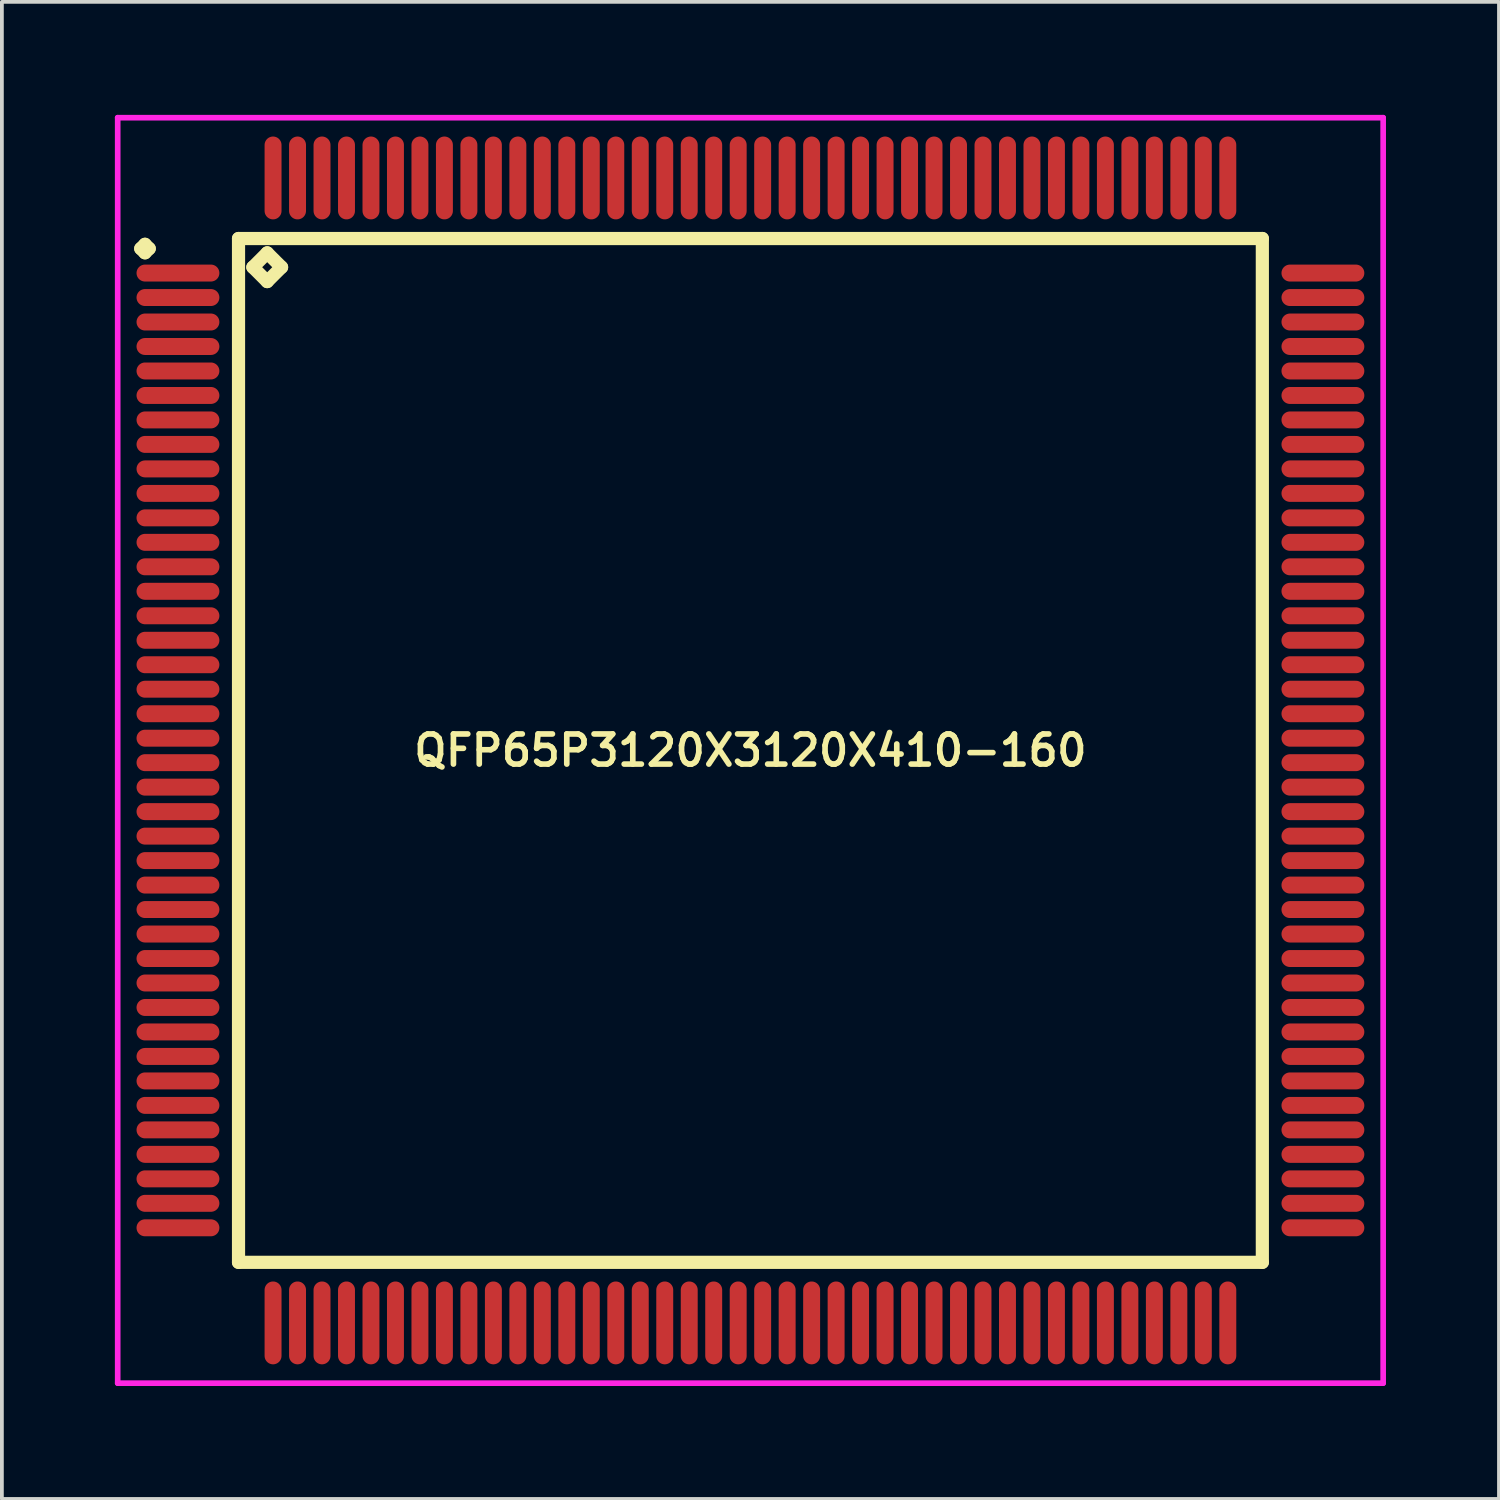
<source format=kicad_pcb>
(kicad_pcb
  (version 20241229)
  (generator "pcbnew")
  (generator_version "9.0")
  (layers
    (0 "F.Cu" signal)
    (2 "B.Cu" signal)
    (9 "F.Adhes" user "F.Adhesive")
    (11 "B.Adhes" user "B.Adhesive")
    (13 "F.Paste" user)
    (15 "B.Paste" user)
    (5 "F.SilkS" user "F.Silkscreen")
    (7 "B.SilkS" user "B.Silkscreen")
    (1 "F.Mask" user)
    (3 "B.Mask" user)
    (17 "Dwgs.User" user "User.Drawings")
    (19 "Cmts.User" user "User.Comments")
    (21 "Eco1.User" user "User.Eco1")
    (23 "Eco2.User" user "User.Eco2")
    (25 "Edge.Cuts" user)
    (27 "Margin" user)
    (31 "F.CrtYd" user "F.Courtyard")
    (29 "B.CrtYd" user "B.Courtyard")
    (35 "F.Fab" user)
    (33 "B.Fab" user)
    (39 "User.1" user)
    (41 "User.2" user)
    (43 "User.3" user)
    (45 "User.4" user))
  (footprint "QFP65P3120X3120X410-160"
    (layer "F.Cu")
    (at 16.875 16.875)
    (property "Reference" "QFP65P3120X3120X410-160" (at 0 0 0) (layer "F.SilkS") (effects (font (size 0.8 0.8) (thickness 0.15))))
    (attr smd)
    (fp_line (start -16.188 -13.325) (end -16.075 -13.438) (stroke (width 0.35) (type solid)) (layer "F.SilkS"))
    (fp_line (start -16.075 -13.438) (end -15.963 -13.325) (stroke (width 0.35) (type solid)) (layer "F.SilkS"))
    (fp_line (start -16.075 -13.213) (end -16.188 -13.325) (stroke (width 0.35) (type solid)) (layer "F.SilkS"))
    (fp_line (start -15.963 -13.325) (end -16.075 -13.213) (stroke (width 0.35) (type solid)) (layer "F.SilkS"))
    (fp_line (start -13.592 -13.592) (end -13.592 13.592) (stroke (width 0.35) (type solid)) (layer "F.SilkS"))
    (fp_line (start -13.592 13.592) (end 13.592 13.592) (stroke (width 0.35) (type solid)) (layer "F.SilkS"))
    (fp_line (start -13.211 -12.83) (end -12.83 -13.211) (stroke (width 0.35) (type solid)) (layer "F.SilkS"))
    (fp_line (start -12.83 -13.211) (end -12.449 -12.83) (stroke (width 0.35) (type solid)) (layer "F.SilkS"))
    (fp_line (start -12.83 -12.449) (end -13.211 -12.83) (stroke (width 0.35) (type solid)) (layer "F.SilkS"))
    (fp_line (start -12.449 -12.83) (end -12.83 -12.449) (stroke (width 0.35) (type solid)) (layer "F.SilkS"))
    (fp_line (start 13.592 -13.592) (end -13.592 -13.592) (stroke (width 0.35) (type solid)) (layer "F.SilkS"))
    (fp_line (start 13.592 13.592) (end 13.592 -13.592) (stroke (width 0.35) (type solid)) (layer "F.SilkS"))
    (fp_line (start -16.8 -16.8) (end 16.8 -16.8) (stroke (width 0.15) (type solid)) (layer "F.CrtYd"))
    (fp_line (start -16.8 16.8) (end -16.8 -16.8) (stroke (width 0.15) (type solid)) (layer "F.CrtYd"))
    (fp_line (start 16.8 -16.8) (end 16.8 16.8) (stroke (width 0.15) (type solid)) (layer "F.CrtYd"))
    (fp_line (start 16.8 16.8) (end -16.8 16.8) (stroke (width 0.15) (type solid)) (layer "F.CrtYd"))
    (pad "1" smd oval (at -15.2 -12.675) (size 2.2 0.45) (layers "F.Cu" "F.Mask" "F.Paste"))
    (pad "2" smd oval (at -15.2 -12.025) (size 2.2 0.45) (layers "F.Cu" "F.Mask" "F.Paste"))
    (pad "3" smd oval (at -15.2 -11.375) (size 2.2 0.45) (layers "F.Cu" "F.Mask" "F.Paste"))
    (pad "4" smd oval (at -15.2 -10.725) (size 2.2 0.45) (layers "F.Cu" "F.Mask" "F.Paste"))
    (pad "5" smd oval (at -15.2 -10.075) (size 2.2 0.45) (layers "F.Cu" "F.Mask" "F.Paste"))
    (pad "6" smd oval (at -15.2 -9.425) (size 2.2 0.45) (layers "F.Cu" "F.Mask" "F.Paste"))
    (pad "7" smd oval (at -15.2 -8.775) (size 2.2 0.45) (layers "F.Cu" "F.Mask" "F.Paste"))
    (pad "8" smd oval (at -15.2 -8.125) (size 2.2 0.45) (layers "F.Cu" "F.Mask" "F.Paste"))
    (pad "9" smd oval (at -15.2 -7.475) (size 2.2 0.45) (layers "F.Cu" "F.Mask" "F.Paste"))
    (pad "10" smd oval (at -15.2 -6.825) (size 2.2 0.45) (layers "F.Cu" "F.Mask" "F.Paste"))
    (pad "11" smd oval (at -15.2 -6.175) (size 2.2 0.45) (layers "F.Cu" "F.Mask" "F.Paste"))
    (pad "12" smd oval (at -15.2 -5.525) (size 2.2 0.45) (layers "F.Cu" "F.Mask" "F.Paste"))
    (pad "13" smd oval (at -15.2 -4.875) (size 2.2 0.45) (layers "F.Cu" "F.Mask" "F.Paste"))
    (pad "14" smd oval (at -15.2 -4.225) (size 2.2 0.45) (layers "F.Cu" "F.Mask" "F.Paste"))
    (pad "15" smd oval (at -15.2 -3.575) (size 2.2 0.45) (layers "F.Cu" "F.Mask" "F.Paste"))
    (pad "16" smd oval (at -15.2 -2.925) (size 2.2 0.45) (layers "F.Cu" "F.Mask" "F.Paste"))
    (pad "17" smd oval (at -15.2 -2.275) (size 2.2 0.45) (layers "F.Cu" "F.Mask" "F.Paste"))
    (pad "18" smd oval (at -15.2 -1.625) (size 2.2 0.45) (layers "F.Cu" "F.Mask" "F.Paste"))
    (pad "19" smd oval (at -15.2 -0.975) (size 2.2 0.45) (layers "F.Cu" "F.Mask" "F.Paste"))
    (pad "20" smd oval (at -15.2 -0.325) (size 2.2 0.45) (layers "F.Cu" "F.Mask" "F.Paste"))
    (pad "21" smd oval (at -15.2 0.325) (size 2.2 0.45) (layers "F.Cu" "F.Mask" "F.Paste"))
    (pad "22" smd oval (at -15.2 0.975) (size 2.2 0.45) (layers "F.Cu" "F.Mask" "F.Paste"))
    (pad "23" smd oval (at -15.2 1.625) (size 2.2 0.45) (layers "F.Cu" "F.Mask" "F.Paste"))
    (pad "24" smd oval (at -15.2 2.275) (size 2.2 0.45) (layers "F.Cu" "F.Mask" "F.Paste"))
    (pad "25" smd oval (at -15.2 2.925) (size 2.2 0.45) (layers "F.Cu" "F.Mask" "F.Paste"))
    (pad "26" smd oval (at -15.2 3.575) (size 2.2 0.45) (layers "F.Cu" "F.Mask" "F.Paste"))
    (pad "27" smd oval (at -15.2 4.225) (size 2.2 0.45) (layers "F.Cu" "F.Mask" "F.Paste"))
    (pad "28" smd oval (at -15.2 4.875) (size 2.2 0.45) (layers "F.Cu" "F.Mask" "F.Paste"))
    (pad "29" smd oval (at -15.2 5.525) (size 2.2 0.45) (layers "F.Cu" "F.Mask" "F.Paste"))
    (pad "30" smd oval (at -15.2 6.175) (size 2.2 0.45) (layers "F.Cu" "F.Mask" "F.Paste"))
    (pad "31" smd oval (at -15.2 6.825) (size 2.2 0.45) (layers "F.Cu" "F.Mask" "F.Paste"))
    (pad "32" smd oval (at -15.2 7.475) (size 2.2 0.45) (layers "F.Cu" "F.Mask" "F.Paste"))
    (pad "33" smd oval (at -15.2 8.125) (size 2.2 0.45) (layers "F.Cu" "F.Mask" "F.Paste"))
    (pad "34" smd oval (at -15.2 8.775) (size 2.2 0.45) (layers "F.Cu" "F.Mask" "F.Paste"))
    (pad "35" smd oval (at -15.2 9.425) (size 2.2 0.45) (layers "F.Cu" "F.Mask" "F.Paste"))
    (pad "36" smd oval (at -15.2 10.075) (size 2.2 0.45) (layers "F.Cu" "F.Mask" "F.Paste"))
    (pad "37" smd oval (at -15.2 10.725) (size 2.2 0.45) (layers "F.Cu" "F.Mask" "F.Paste"))
    (pad "38" smd oval (at -15.2 11.375) (size 2.2 0.45) (layers "F.Cu" "F.Mask" "F.Paste"))
    (pad "39" smd oval (at -15.2 12.025) (size 2.2 0.45) (layers "F.Cu" "F.Mask" "F.Paste"))
    (pad "40" smd oval (at -15.2 12.675) (size 2.2 0.45) (layers "F.Cu" "F.Mask" "F.Paste"))
    (pad "41" smd oval (at -12.675 15.2) (size 0.45 2.2) (layers "F.Cu" "F.Mask" "F.Paste"))
    (pad "42" smd oval (at -12.025 15.2) (size 0.45 2.2) (layers "F.Cu" "F.Mask" "F.Paste"))
    (pad "43" smd oval (at -11.375 15.2) (size 0.45 2.2) (layers "F.Cu" "F.Mask" "F.Paste"))
    (pad "44" smd oval (at -10.725 15.2) (size 0.45 2.2) (layers "F.Cu" "F.Mask" "F.Paste"))
    (pad "45" smd oval (at -10.075 15.2) (size 0.45 2.2) (layers "F.Cu" "F.Mask" "F.Paste"))
    (pad "46" smd oval (at -9.425 15.2) (size 0.45 2.2) (layers "F.Cu" "F.Mask" "F.Paste"))
    (pad "47" smd oval (at -8.775 15.2) (size 0.45 2.2) (layers "F.Cu" "F.Mask" "F.Paste"))
    (pad "48" smd oval (at -8.125 15.2) (size 0.45 2.2) (layers "F.Cu" "F.Mask" "F.Paste"))
    (pad "49" smd oval (at -7.475 15.2) (size 0.45 2.2) (layers "F.Cu" "F.Mask" "F.Paste"))
    (pad "50" smd oval (at -6.825 15.2) (size 0.45 2.2) (layers "F.Cu" "F.Mask" "F.Paste"))
    (pad "51" smd oval (at -6.175 15.2) (size 0.45 2.2) (layers "F.Cu" "F.Mask" "F.Paste"))
    (pad "52" smd oval (at -5.525 15.2) (size 0.45 2.2) (layers "F.Cu" "F.Mask" "F.Paste"))
    (pad "53" smd oval (at -4.875 15.2) (size 0.45 2.2) (layers "F.Cu" "F.Mask" "F.Paste"))
    (pad "54" smd oval (at -4.225 15.2) (size 0.45 2.2) (layers "F.Cu" "F.Mask" "F.Paste"))
    (pad "55" smd oval (at -3.575 15.2) (size 0.45 2.2) (layers "F.Cu" "F.Mask" "F.Paste"))
    (pad "56" smd oval (at -2.925 15.2) (size 0.45 2.2) (layers "F.Cu" "F.Mask" "F.Paste"))
    (pad "57" smd oval (at -2.275 15.2) (size 0.45 2.2) (layers "F.Cu" "F.Mask" "F.Paste"))
    (pad "58" smd oval (at -1.625 15.2) (size 0.45 2.2) (layers "F.Cu" "F.Mask" "F.Paste"))
    (pad "59" smd oval (at -0.975 15.2) (size 0.45 2.2) (layers "F.Cu" "F.Mask" "F.Paste"))
    (pad "60" smd oval (at -0.325 15.2) (size 0.45 2.2) (layers "F.Cu" "F.Mask" "F.Paste"))
    (pad "61" smd oval (at 0.325 15.2) (size 0.45 2.2) (layers "F.Cu" "F.Mask" "F.Paste"))
    (pad "62" smd oval (at 0.975 15.2) (size 0.45 2.2) (layers "F.Cu" "F.Mask" "F.Paste"))
    (pad "63" smd oval (at 1.625 15.2) (size 0.45 2.2) (layers "F.Cu" "F.Mask" "F.Paste"))
    (pad "64" smd oval (at 2.275 15.2) (size 0.45 2.2) (layers "F.Cu" "F.Mask" "F.Paste"))
    (pad "65" smd oval (at 2.925 15.2) (size 0.45 2.2) (layers "F.Cu" "F.Mask" "F.Paste"))
    (pad "66" smd oval (at 3.575 15.2) (size 0.45 2.2) (layers "F.Cu" "F.Mask" "F.Paste"))
    (pad "67" smd oval (at 4.225 15.2) (size 0.45 2.2) (layers "F.Cu" "F.Mask" "F.Paste"))
    (pad "68" smd oval (at 4.875 15.2) (size 0.45 2.2) (layers "F.Cu" "F.Mask" "F.Paste"))
    (pad "69" smd oval (at 5.525 15.2) (size 0.45 2.2) (layers "F.Cu" "F.Mask" "F.Paste"))
    (pad "70" smd oval (at 6.175 15.2) (size 0.45 2.2) (layers "F.Cu" "F.Mask" "F.Paste"))
    (pad "71" smd oval (at 6.825 15.2) (size 0.45 2.2) (layers "F.Cu" "F.Mask" "F.Paste"))
    (pad "72" smd oval (at 7.475 15.2) (size 0.45 2.2) (layers "F.Cu" "F.Mask" "F.Paste"))
    (pad "73" smd oval (at 8.125 15.2) (size 0.45 2.2) (layers "F.Cu" "F.Mask" "F.Paste"))
    (pad "74" smd oval (at 8.775 15.2) (size 0.45 2.2) (layers "F.Cu" "F.Mask" "F.Paste"))
    (pad "75" smd oval (at 9.425 15.2) (size 0.45 2.2) (layers "F.Cu" "F.Mask" "F.Paste"))
    (pad "76" smd oval (at 10.075 15.2) (size 0.45 2.2) (layers "F.Cu" "F.Mask" "F.Paste"))
    (pad "77" smd oval (at 10.725 15.2) (size 0.45 2.2) (layers "F.Cu" "F.Mask" "F.Paste"))
    (pad "78" smd oval (at 11.375 15.2) (size 0.45 2.2) (layers "F.Cu" "F.Mask" "F.Paste"))
    (pad "79" smd oval (at 12.025 15.2) (size 0.45 2.2) (layers "F.Cu" "F.Mask" "F.Paste"))
    (pad "80" smd oval (at 12.675 15.2) (size 0.45 2.2) (layers "F.Cu" "F.Mask" "F.Paste"))
    (pad "81" smd oval (at 15.2 12.675) (size 2.2 0.45) (layers "F.Cu" "F.Mask" "F.Paste"))
    (pad "82" smd oval (at 15.2 12.025) (size 2.2 0.45) (layers "F.Cu" "F.Mask" "F.Paste"))
    (pad "83" smd oval (at 15.2 11.375) (size 2.2 0.45) (layers "F.Cu" "F.Mask" "F.Paste"))
    (pad "84" smd oval (at 15.2 10.725) (size 2.2 0.45) (layers "F.Cu" "F.Mask" "F.Paste"))
    (pad "85" smd oval (at 15.2 10.075) (size 2.2 0.45) (layers "F.Cu" "F.Mask" "F.Paste"))
    (pad "86" smd oval (at 15.2 9.425) (size 2.2 0.45) (layers "F.Cu" "F.Mask" "F.Paste"))
    (pad "87" smd oval (at 15.2 8.775) (size 2.2 0.45) (layers "F.Cu" "F.Mask" "F.Paste"))
    (pad "88" smd oval (at 15.2 8.125) (size 2.2 0.45) (layers "F.Cu" "F.Mask" "F.Paste"))
    (pad "89" smd oval (at 15.2 7.475) (size 2.2 0.45) (layers "F.Cu" "F.Mask" "F.Paste"))
    (pad "90" smd oval (at 15.2 6.825) (size 2.2 0.45) (layers "F.Cu" "F.Mask" "F.Paste"))
    (pad "91" smd oval (at 15.2 6.175) (size 2.2 0.45) (layers "F.Cu" "F.Mask" "F.Paste"))
    (pad "92" smd oval (at 15.2 5.525) (size 2.2 0.45) (layers "F.Cu" "F.Mask" "F.Paste"))
    (pad "93" smd oval (at 15.2 4.875) (size 2.2 0.45) (layers "F.Cu" "F.Mask" "F.Paste"))
    (pad "94" smd oval (at 15.2 4.225) (size 2.2 0.45) (layers "F.Cu" "F.Mask" "F.Paste"))
    (pad "95" smd oval (at 15.2 3.575) (size 2.2 0.45) (layers "F.Cu" "F.Mask" "F.Paste"))
    (pad "96" smd oval (at 15.2 2.925) (size 2.2 0.45) (layers "F.Cu" "F.Mask" "F.Paste"))
    (pad "97" smd oval (at 15.2 2.275) (size 2.2 0.45) (layers "F.Cu" "F.Mask" "F.Paste"))
    (pad "98" smd oval (at 15.2 1.625) (size 2.2 0.45) (layers "F.Cu" "F.Mask" "F.Paste"))
    (pad "99" smd oval (at 15.2 0.975) (size 2.2 0.45) (layers "F.Cu" "F.Mask" "F.Paste"))
    (pad "100" smd oval (at 15.2 0.325) (size 2.2 0.45) (layers "F.Cu" "F.Mask" "F.Paste"))
    (pad "101" smd oval (at 15.2 -0.325) (size 2.2 0.45) (layers "F.Cu" "F.Mask" "F.Paste"))
    (pad "102" smd oval (at 15.2 -0.975) (size 2.2 0.45) (layers "F.Cu" "F.Mask" "F.Paste"))
    (pad "103" smd oval (at 15.2 -1.625) (size 2.2 0.45) (layers "F.Cu" "F.Mask" "F.Paste"))
    (pad "104" smd oval (at 15.2 -2.275) (size 2.2 0.45) (layers "F.Cu" "F.Mask" "F.Paste"))
    (pad "105" smd oval (at 15.2 -2.925) (size 2.2 0.45) (layers "F.Cu" "F.Mask" "F.Paste"))
    (pad "106" smd oval (at 15.2 -3.575) (size 2.2 0.45) (layers "F.Cu" "F.Mask" "F.Paste"))
    (pad "107" smd oval (at 15.2 -4.225) (size 2.2 0.45) (layers "F.Cu" "F.Mask" "F.Paste"))
    (pad "108" smd oval (at 15.2 -4.875) (size 2.2 0.45) (layers "F.Cu" "F.Mask" "F.Paste"))
    (pad "109" smd oval (at 15.2 -5.525) (size 2.2 0.45) (layers "F.Cu" "F.Mask" "F.Paste"))
    (pad "110" smd oval (at 15.2 -6.175) (size 2.2 0.45) (layers "F.Cu" "F.Mask" "F.Paste"))
    (pad "111" smd oval (at 15.2 -6.825) (size 2.2 0.45) (layers "F.Cu" "F.Mask" "F.Paste"))
    (pad "112" smd oval (at 15.2 -7.475) (size 2.2 0.45) (layers "F.Cu" "F.Mask" "F.Paste"))
    (pad "113" smd oval (at 15.2 -8.125) (size 2.2 0.45) (layers "F.Cu" "F.Mask" "F.Paste"))
    (pad "114" smd oval (at 15.2 -8.775) (size 2.2 0.45) (layers "F.Cu" "F.Mask" "F.Paste"))
    (pad "115" smd oval (at 15.2 -9.425) (size 2.2 0.45) (layers "F.Cu" "F.Mask" "F.Paste"))
    (pad "116" smd oval (at 15.2 -10.075) (size 2.2 0.45) (layers "F.Cu" "F.Mask" "F.Paste"))
    (pad "117" smd oval (at 15.2 -10.725) (size 2.2 0.45) (layers "F.Cu" "F.Mask" "F.Paste"))
    (pad "118" smd oval (at 15.2 -11.375) (size 2.2 0.45) (layers "F.Cu" "F.Mask" "F.Paste"))
    (pad "119" smd oval (at 15.2 -12.025) (size 2.2 0.45) (layers "F.Cu" "F.Mask" "F.Paste"))
    (pad "120" smd oval (at 15.2 -12.675) (size 2.2 0.45) (layers "F.Cu" "F.Mask" "F.Paste"))
    (pad "121" smd oval (at 12.675 -15.2) (size 0.45 2.2) (layers "F.Cu" "F.Mask" "F.Paste"))
    (pad "122" smd oval (at 12.025 -15.2) (size 0.45 2.2) (layers "F.Cu" "F.Mask" "F.Paste"))
    (pad "123" smd oval (at 11.375 -15.2) (size 0.45 2.2) (layers "F.Cu" "F.Mask" "F.Paste"))
    (pad "124" smd oval (at 10.725 -15.2) (size 0.45 2.2) (layers "F.Cu" "F.Mask" "F.Paste"))
    (pad "125" smd oval (at 10.075 -15.2) (size 0.45 2.2) (layers "F.Cu" "F.Mask" "F.Paste"))
    (pad "126" smd oval (at 9.425 -15.2) (size 0.45 2.2) (layers "F.Cu" "F.Mask" "F.Paste"))
    (pad "127" smd oval (at 8.775 -15.2) (size 0.45 2.2) (layers "F.Cu" "F.Mask" "F.Paste"))
    (pad "128" smd oval (at 8.125 -15.2) (size 0.45 2.2) (layers "F.Cu" "F.Mask" "F.Paste"))
    (pad "129" smd oval (at 7.475 -15.2) (size 0.45 2.2) (layers "F.Cu" "F.Mask" "F.Paste"))
    (pad "130" smd oval (at 6.825 -15.2) (size 0.45 2.2) (layers "F.Cu" "F.Mask" "F.Paste"))
    (pad "131" smd oval (at 6.175 -15.2) (size 0.45 2.2) (layers "F.Cu" "F.Mask" "F.Paste"))
    (pad "132" smd oval (at 5.525 -15.2) (size 0.45 2.2) (layers "F.Cu" "F.Mask" "F.Paste"))
    (pad "133" smd oval (at 4.875 -15.2) (size 0.45 2.2) (layers "F.Cu" "F.Mask" "F.Paste"))
    (pad "134" smd oval (at 4.225 -15.2) (size 0.45 2.2) (layers "F.Cu" "F.Mask" "F.Paste"))
    (pad "135" smd oval (at 3.575 -15.2) (size 0.45 2.2) (layers "F.Cu" "F.Mask" "F.Paste"))
    (pad "136" smd oval (at 2.925 -15.2) (size 0.45 2.2) (layers "F.Cu" "F.Mask" "F.Paste"))
    (pad "137" smd oval (at 2.275 -15.2) (size 0.45 2.2) (layers "F.Cu" "F.Mask" "F.Paste"))
    (pad "138" smd oval (at 1.625 -15.2) (size 0.45 2.2) (layers "F.Cu" "F.Mask" "F.Paste"))
    (pad "139" smd oval (at 0.975 -15.2) (size 0.45 2.2) (layers "F.Cu" "F.Mask" "F.Paste"))
    (pad "140" smd oval (at 0.325 -15.2) (size 0.45 2.2) (layers "F.Cu" "F.Mask" "F.Paste"))
    (pad "141" smd oval (at -0.325 -15.2) (size 0.45 2.2) (layers "F.Cu" "F.Mask" "F.Paste"))
    (pad "142" smd oval (at -0.975 -15.2) (size 0.45 2.2) (layers "F.Cu" "F.Mask" "F.Paste"))
    (pad "143" smd oval (at -1.625 -15.2) (size 0.45 2.2) (layers "F.Cu" "F.Mask" "F.Paste"))
    (pad "144" smd oval (at -2.275 -15.2) (size 0.45 2.2) (layers "F.Cu" "F.Mask" "F.Paste"))
    (pad "145" smd oval (at -2.925 -15.2) (size 0.45 2.2) (layers "F.Cu" "F.Mask" "F.Paste"))
    (pad "146" smd oval (at -3.575 -15.2) (size 0.45 2.2) (layers "F.Cu" "F.Mask" "F.Paste"))
    (pad "147" smd oval (at -4.225 -15.2) (size 0.45 2.2) (layers "F.Cu" "F.Mask" "F.Paste"))
    (pad "148" smd oval (at -4.875 -15.2) (size 0.45 2.2) (layers "F.Cu" "F.Mask" "F.Paste"))
    (pad "149" smd oval (at -5.525 -15.2) (size 0.45 2.2) (layers "F.Cu" "F.Mask" "F.Paste"))
    (pad "150" smd oval (at -6.175 -15.2) (size 0.45 2.2) (layers "F.Cu" "F.Mask" "F.Paste"))
    (pad "151" smd oval (at -6.825 -15.2) (size 0.45 2.2) (layers "F.Cu" "F.Mask" "F.Paste"))
    (pad "152" smd oval (at -7.475 -15.2) (size 0.45 2.2) (layers "F.Cu" "F.Mask" "F.Paste"))
    (pad "153" smd oval (at -8.125 -15.2) (size 0.45 2.2) (layers "F.Cu" "F.Mask" "F.Paste"))
    (pad "154" smd oval (at -8.775 -15.2) (size 0.45 2.2) (layers "F.Cu" "F.Mask" "F.Paste"))
    (pad "155" smd oval (at -9.425 -15.2) (size 0.45 2.2) (layers "F.Cu" "F.Mask" "F.Paste"))
    (pad "156" smd oval (at -10.075 -15.2) (size 0.45 2.2) (layers "F.Cu" "F.Mask" "F.Paste"))
    (pad "157" smd oval (at -10.725 -15.2) (size 0.45 2.2) (layers "F.Cu" "F.Mask" "F.Paste"))
    (pad "158" smd oval (at -11.375 -15.2) (size 0.45 2.2) (layers "F.Cu" "F.Mask" "F.Paste"))
    (pad "159" smd oval (at -12.025 -15.2) (size 0.45 2.2) (layers "F.Cu" "F.Mask" "F.Paste"))
    (pad "160" smd oval (at -12.675 -15.2) (size 0.45 2.2) (layers "F.Cu" "F.Mask" "F.Paste")))
  (gr_rect
    (start -3 -3)
    (end 36.75 36.75)
    (stroke (width 0.1) (type default))
    (fill no)
    (layer "Edge.Cuts")))
</source>
